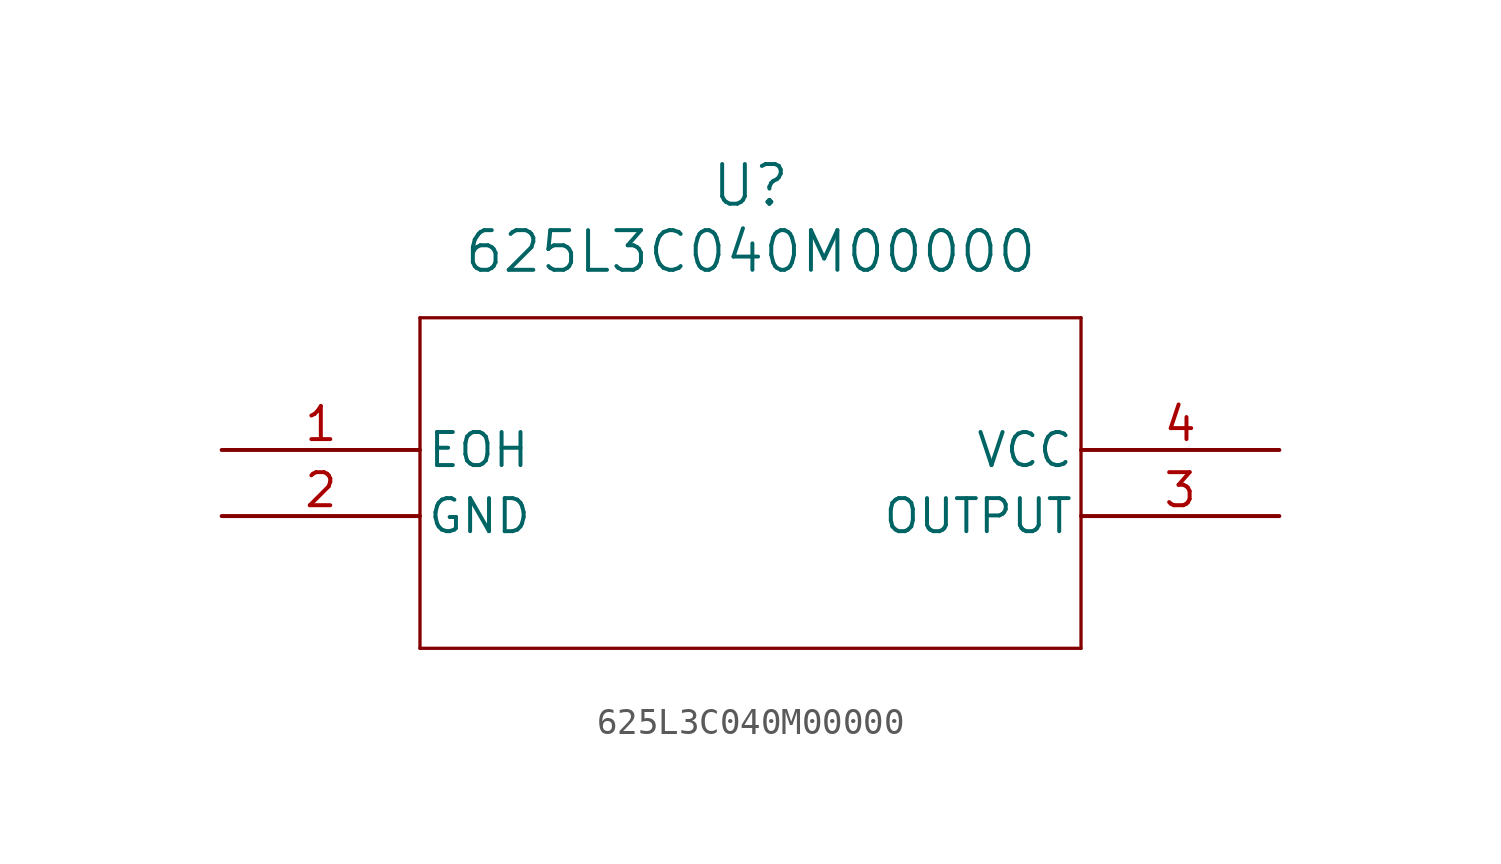
<source format=kicad_sym>
(kicad_symbol_lib
  (version 20211014)
  (generator kicad_symbol_editor)
  (symbol "625L3C040M00000"
    (pin_names
      (offset 0.254))
    (property "Reference" "U"
      (at 20.32 10.16 0)
      (effects (font (size 1.524 1.524))))
    (property "Value" "625L3C040M00000"
      (at 20.32 7.62 0)
      (effects (font (size 1.524 1.524))))
    (symbol "625L3C040M00000_0_1"
      (polyline (pts (xy 7.62 5.08) (xy 7.62 -7.62)) (stroke (width 0.127) (type default) (color 0 0 0 0)) (fill (type none)))
      (polyline (pts (xy 7.62 -7.62) (xy 33.02 -7.62)) (stroke (width 0.127) (type default) (color 0 0 0 0)) (fill (type none)))
      (polyline (pts (xy 33.02 -7.62) (xy 33.02 5.08)) (stroke (width 0.127) (type default) (color 0 0 0 0)) (fill (type none)))
      (polyline (pts (xy 33.02 5.08) (xy 7.62 5.08)) (stroke (width 0.127) (type default) (color 0 0 0 0)) (fill (type none)))
      (pin unspecified line (at 0 0 0) (length 7.62) (name "EOH" (effects (font (size 1.27 1.27)))) (number "1" (effects (font (size 1.27 1.27)))))
      (pin power_out line (at 0 -2.54 0) (length 7.62) (name "GND" (effects (font (size 1.27 1.27)))) (number "2" (effects (font (size 1.27 1.27)))))
      (pin output line (at 40.64 -2.54 180) (length 7.62) (name "OUTPUT" (effects (font (size 1.27 1.27)))) (number "3" (effects (font (size 1.27 1.27)))))
      (pin power_in line (at 40.64 0 180) (length 7.62) (name "VCC" (effects (font (size 1.27 1.27)))) (number "4" (effects (font (size 1.27 1.27))))))))
</source>
